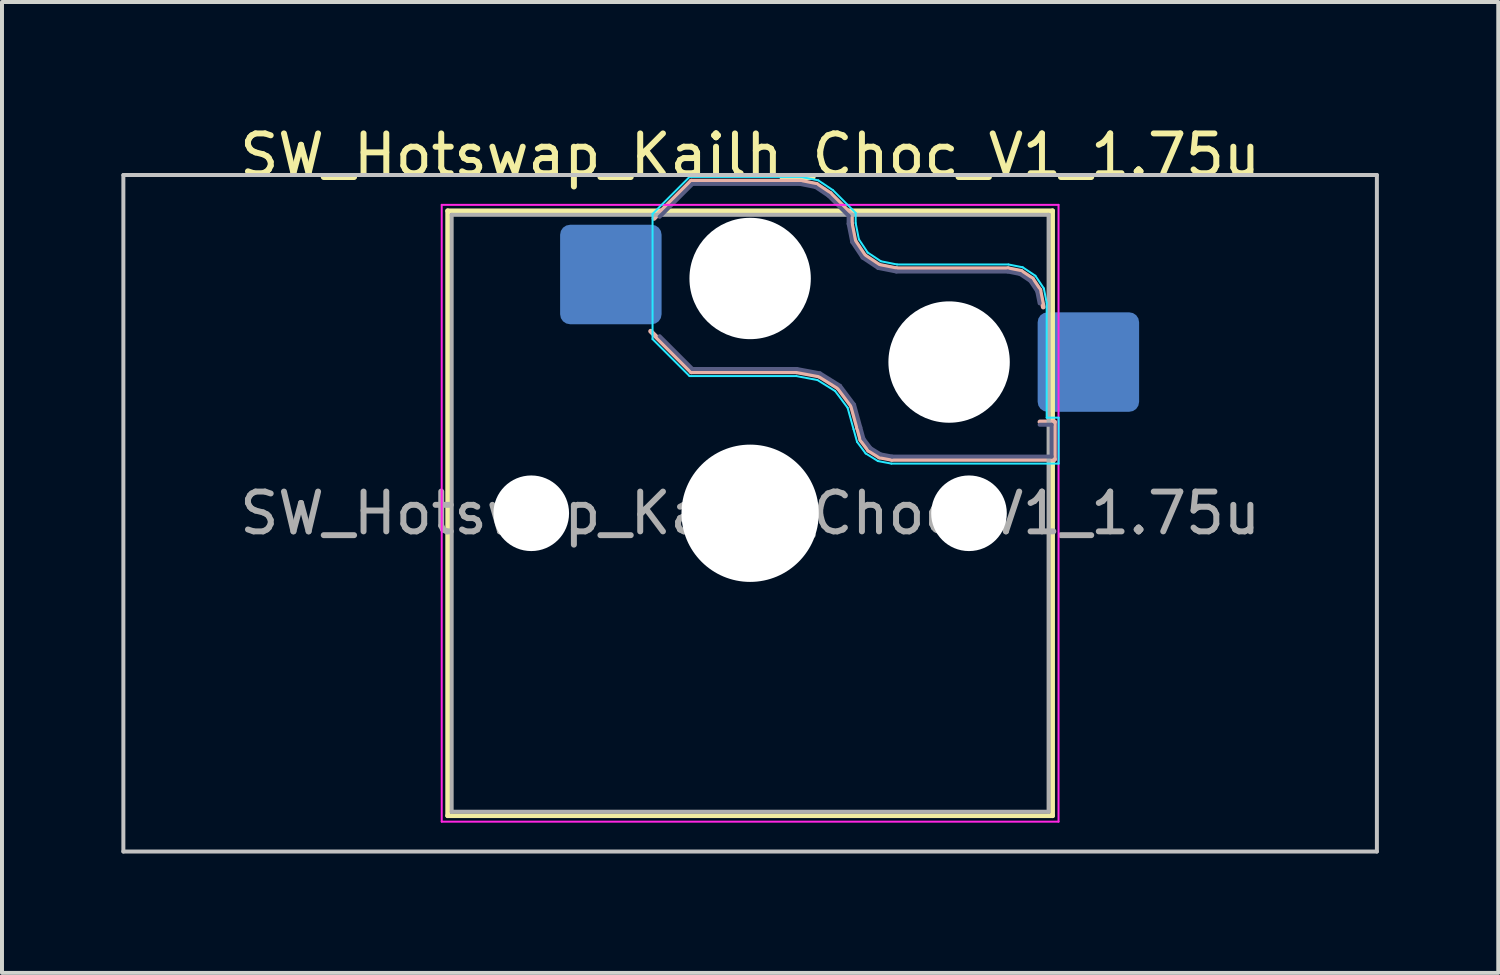
<source format=kicad_pcb>
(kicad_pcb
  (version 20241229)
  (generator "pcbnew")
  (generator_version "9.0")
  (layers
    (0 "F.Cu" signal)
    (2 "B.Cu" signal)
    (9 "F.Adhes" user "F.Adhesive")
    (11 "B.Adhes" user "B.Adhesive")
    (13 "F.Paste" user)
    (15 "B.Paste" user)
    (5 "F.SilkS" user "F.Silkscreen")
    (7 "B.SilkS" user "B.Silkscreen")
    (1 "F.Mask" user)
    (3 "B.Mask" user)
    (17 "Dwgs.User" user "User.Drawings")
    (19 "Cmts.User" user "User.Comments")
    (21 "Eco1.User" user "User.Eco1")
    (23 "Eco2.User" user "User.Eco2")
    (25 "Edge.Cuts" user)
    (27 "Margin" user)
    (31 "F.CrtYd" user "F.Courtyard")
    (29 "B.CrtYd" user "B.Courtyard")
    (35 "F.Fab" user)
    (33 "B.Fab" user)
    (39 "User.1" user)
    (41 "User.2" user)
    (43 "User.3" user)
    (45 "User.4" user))
  (footprint "SW_Hotswap_Kailh_Choc_V1_1.75u"
    (layer "F.Cu")
    (at 15.8 9.848)
    (property "Reference" "SW_Hotswap_Kailh_Choc_V1_1.75u" (at 0 -9 0) (layer "F.SilkS") (effects (font (size 1 1) (thickness 0.15))))
    (attr smd)
    (fp_line (start -7.6 -7.6) (end -7.6 7.6) (stroke (width 0.12) (type solid)) (layer "F.SilkS"))
    (fp_line (start -7.6 7.6) (end 7.6 7.6) (stroke (width 0.12) (type solid)) (layer "F.SilkS"))
    (fp_line (start 7.6 -7.6) (end -7.6 -7.6) (stroke (width 0.12) (type solid)) (layer "F.SilkS"))
    (fp_line (start 7.6 7.6) (end 7.6 -7.6) (stroke (width 0.12) (type solid)) (layer "F.SilkS"))
    (fp_line (start -2.416 -7.409) (end -1.479 -8.346) (stroke (width 0.12) (type solid)) (layer "B.SilkS"))
    (fp_line (start -1.479 -8.346) (end 1.268 -8.346) (stroke (width 0.12) (type solid)) (layer "B.SilkS"))
    (fp_line (start -1.479 -3.554) (end -2.5 -4.575) (stroke (width 0.12) (type solid)) (layer "B.SilkS"))
    (fp_line (start 1.168 -3.554) (end -1.479 -3.554) (stroke (width 0.12) (type solid)) (layer "B.SilkS"))
    (fp_line (start 1.268 -8.346) (end 1.671 -8.266) (stroke (width 0.12) (type solid)) (layer "B.SilkS"))
    (fp_line (start 1.671 -8.266) (end 2.013 -8.037) (stroke (width 0.12) (type solid)) (layer "B.SilkS"))
    (fp_line (start 1.73 -3.449) (end 1.168 -3.554) (stroke (width 0.12) (type solid)) (layer "B.SilkS"))
    (fp_line (start 2.013 -8.037) (end 2.546 -7.504) (stroke (width 0.12) (type solid)) (layer "B.SilkS"))
    (fp_line (start 2.209 -3.15) (end 1.73 -3.449) (stroke (width 0.12) (type solid)) (layer "B.SilkS"))
    (fp_line (start 2.546 -7.504) (end 2.546 -7.282) (stroke (width 0.12) (type solid)) (layer "B.SilkS"))
    (fp_line (start 2.546 -7.282) (end 2.633 -6.844) (stroke (width 0.12) (type solid)) (layer "B.SilkS"))
    (fp_line (start 2.547 -2.697) (end 2.209 -3.15) (stroke (width 0.12) (type solid)) (layer "B.SilkS"))
    (fp_line (start 2.633 -6.844) (end 2.877 -6.477) (stroke (width 0.12) (type solid)) (layer "B.SilkS"))
    (fp_line (start 2.701 -2.139) (end 2.547 -2.697) (stroke (width 0.12) (type solid)) (layer "B.SilkS"))
    (fp_line (start 2.783 -1.841) (end 2.701 -2.139) (stroke (width 0.12) (type solid)) (layer "B.SilkS"))
    (fp_line (start 2.877 -6.477) (end 3.244 -6.233) (stroke (width 0.12) (type solid)) (layer "B.SilkS"))
    (fp_line (start 2.976 -1.583) (end 2.783 -1.841) (stroke (width 0.12) (type solid)) (layer "B.SilkS"))
    (fp_line (start 3.244 -6.233) (end 3.682 -6.146) (stroke (width 0.12) (type solid)) (layer "B.SilkS"))
    (fp_line (start 3.25 -1.413) (end 2.976 -1.583) (stroke (width 0.12) (type solid)) (layer "B.SilkS"))
    (fp_line (start 3.56 -1.354) (end 3.25 -1.413) (stroke (width 0.12) (type solid)) (layer "B.SilkS"))
    (fp_line (start 3.682 -6.146) (end 6.482 -6.146) (stroke (width 0.12) (type solid)) (layer "B.SilkS"))
    (fp_line (start 6.482 -6.146) (end 6.809 -6.081) (stroke (width 0.12) (type solid)) (layer "B.SilkS"))
    (fp_line (start 6.809 -6.081) (end 7.092 -5.892) (stroke (width 0.12) (type solid)) (layer "B.SilkS"))
    (fp_line (start 7.092 -5.892) (end 7.281 -5.609) (stroke (width 0.12) (type solid)) (layer "B.SilkS"))
    (fp_line (start 7.281 -5.609) (end 7.366 -5.182) (stroke (width 0.12) (type solid)) (layer "B.SilkS"))
    (fp_line (start 7.283 -2.296) (end 7.646 -2.296) (stroke (width 0.12) (type solid)) (layer "B.SilkS"))
    (fp_line (start 7.646 -2.296) (end 7.646 -1.354) (stroke (width 0.12) (type solid)) (layer "B.SilkS"))
    (fp_line (start 7.646 -1.354) (end 3.56 -1.354) (stroke (width 0.12) (type solid)) (layer "B.SilkS"))
    (fp_line (start -15.75 -8.5) (end -15.75 8.5) (stroke (width 0.1) (type solid)) (layer "Dwgs.User"))
    (fp_line (start -15.75 8.5) (end 15.75 8.5) (stroke (width 0.1) (type solid)) (layer "Dwgs.User"))
    (fp_line (start 15.75 -8.5) (end -15.75 -8.5) (stroke (width 0.1) (type solid)) (layer "Dwgs.User"))
    (fp_line (start 15.75 8.5) (end 15.75 -8.5) (stroke (width 0.1) (type solid)) (layer "Dwgs.User"))
    (fp_line (start -7.25 -7.25) (end -7.25 7.25) (stroke (width 0.1) (type solid)) (layer "Eco1.User"))
    (fp_line (start -7.25 7.25) (end 7.25 7.25) (stroke (width 0.1) (type solid)) (layer "Eco1.User"))
    (fp_line (start 7.25 -7.25) (end -7.25 -7.25) (stroke (width 0.1) (type solid)) (layer "Eco1.User"))
    (fp_line (start 7.25 7.25) (end 7.25 -7.25) (stroke (width 0.1) (type solid)) (layer "Eco1.User"))
    (fp_line (start -2.452 -7.523) (end -1.523 -8.452) (stroke (width 0.05) (type solid)) (layer "B.CrtYd"))
    (fp_line (start -2.452 -4.377) (end -2.452 -7.523) (stroke (width 0.05) (type solid)) (layer "B.CrtYd"))
    (fp_line (start -1.523 -8.452) (end 1.278 -8.452) (stroke (width 0.05) (type solid)) (layer "B.CrtYd"))
    (fp_line (start -1.523 -3.448) (end -2.452 -4.377) (stroke (width 0.05) (type solid)) (layer "B.CrtYd"))
    (fp_line (start 1.159 -3.448) (end -1.523 -3.448) (stroke (width 0.05) (type solid)) (layer "B.CrtYd"))
    (fp_line (start 1.278 -8.452) (end 1.712 -8.366) (stroke (width 0.05) (type solid)) (layer "B.CrtYd"))
    (fp_line (start 1.691 -3.348) (end 1.159 -3.448) (stroke (width 0.05) (type solid)) (layer "B.CrtYd"))
    (fp_line (start 1.712 -8.366) (end 2.081 -8.119) (stroke (width 0.05) (type solid)) (layer "B.CrtYd"))
    (fp_line (start 2.081 -8.119) (end 2.652 -7.548) (stroke (width 0.05) (type solid)) (layer "B.CrtYd"))
    (fp_line (start 2.136 -3.071) (end 1.691 -3.348) (stroke (width 0.05) (type solid)) (layer "B.CrtYd"))
    (fp_line (start 2.45 -2.65) (end 2.136 -3.071) (stroke (width 0.05) (type solid)) (layer "B.CrtYd"))
    (fp_line (start 2.599 -2.111) (end 2.45 -2.65) (stroke (width 0.05) (type solid)) (layer "B.CrtYd"))
    (fp_line (start 2.652 -7.548) (end 2.652 -7.292) (stroke (width 0.05) (type solid)) (layer "B.CrtYd"))
    (fp_line (start 2.652 -7.292) (end 2.733 -6.885) (stroke (width 0.05) (type solid)) (layer "B.CrtYd"))
    (fp_line (start 2.687 -1.794) (end 2.599 -2.111) (stroke (width 0.05) (type solid)) (layer "B.CrtYd"))
    (fp_line (start 2.733 -6.885) (end 2.953 -6.553) (stroke (width 0.05) (type solid)) (layer "B.CrtYd"))
    (fp_line (start 2.903 -1.503) (end 2.687 -1.794) (stroke (width 0.05) (type solid)) (layer "B.CrtYd"))
    (fp_line (start 2.953 -6.553) (end 3.285 -6.333) (stroke (width 0.05) (type solid)) (layer "B.CrtYd"))
    (fp_line (start 3.211 -1.312) (end 2.903 -1.503) (stroke (width 0.05) (type solid)) (layer "B.CrtYd"))
    (fp_line (start 3.285 -6.333) (end 3.692 -6.252) (stroke (width 0.05) (type solid)) (layer "B.CrtYd"))
    (fp_line (start 3.55 -1.248) (end 3.211 -1.312) (stroke (width 0.05) (type solid)) (layer "B.CrtYd"))
    (fp_line (start 3.692 -6.252) (end 6.492 -6.252) (stroke (width 0.05) (type solid)) (layer "B.CrtYd"))
    (fp_line (start 6.492 -6.252) (end 6.85 -6.181) (stroke (width 0.05) (type solid)) (layer "B.CrtYd"))
    (fp_line (start 6.85 -6.181) (end 7.168 -5.968) (stroke (width 0.05) (type solid)) (layer "B.CrtYd"))
    (fp_line (start 7.168 -5.968) (end 7.381 -5.65) (stroke (width 0.05) (type solid)) (layer "B.CrtYd"))
    (fp_line (start 7.381 -5.65) (end 7.452 -5.292) (stroke (width 0.05) (type solid)) (layer "B.CrtYd"))
    (fp_line (start 7.452 -5.292) (end 7.452 -2.402) (stroke (width 0.05) (type solid)) (layer "B.CrtYd"))
    (fp_line (start 7.452 -2.402) (end 7.752 -2.402) (stroke (width 0.05) (type solid)) (layer "B.CrtYd"))
    (fp_line (start 7.752 -2.402) (end 7.752 -1.248) (stroke (width 0.05) (type solid)) (layer "B.CrtYd"))
    (fp_line (start 7.752 -1.248) (end 3.55 -1.248) (stroke (width 0.05) (type solid)) (layer "B.CrtYd"))
    (fp_line (start -7.75 -7.75) (end -7.75 7.75) (stroke (width 0.05) (type solid)) (layer "F.CrtYd"))
    (fp_line (start -7.75 7.75) (end 7.75 7.75) (stroke (width 0.05) (type solid)) (layer "F.CrtYd"))
    (fp_line (start 7.75 -7.75) (end -7.75 -7.75) (stroke (width 0.05) (type solid)) (layer "F.CrtYd"))
    (fp_line (start 7.75 7.75) (end 7.75 -7.75) (stroke (width 0.05) (type solid)) (layer "F.CrtYd"))
    (fp_line (start -2.275 -7.45) (end -1.45 -8.275) (stroke (width 0.1) (type solid)) (layer "B.Fab"))
    (fp_line (start -1.45 -8.275) (end 1.261 -8.275) (stroke (width 0.1) (type solid)) (layer "B.Fab"))
    (fp_line (start -1.45 -3.625) (end -2.275 -4.45) (stroke (width 0.1) (type solid)) (layer "B.Fab"))
    (fp_line (start 1.175 -3.625) (end -1.45 -3.625) (stroke (width 0.1) (type solid)) (layer "B.Fab"))
    (fp_line (start 1.261 -8.275) (end 1.643 -8.199) (stroke (width 0.1) (type solid)) (layer "B.Fab"))
    (fp_line (start 1.643 -8.199) (end 1.968 -7.982) (stroke (width 0.1) (type solid)) (layer "B.Fab"))
    (fp_line (start 1.756 -3.516) (end 1.175 -3.625) (stroke (width 0.1) (type solid)) (layer "B.Fab"))
    (fp_line (start 1.968 -7.982) (end 2.475 -7.475) (stroke (width 0.1) (type solid)) (layer "B.Fab"))
    (fp_line (start 2.258 -3.203) (end 1.756 -3.516) (stroke (width 0.1) (type solid)) (layer "B.Fab"))
    (fp_line (start 2.475 -7.475) (end 2.475 -7.275) (stroke (width 0.1) (type solid)) (layer "B.Fab"))
    (fp_line (start 2.475 -7.275) (end 2.566 -6.816) (stroke (width 0.1) (type solid)) (layer "B.Fab"))
    (fp_line (start 2.566 -6.816) (end 2.826 -6.426) (stroke (width 0.1) (type solid)) (layer "B.Fab"))
    (fp_line (start 2.612 -2.729) (end 2.258 -3.203) (stroke (width 0.1) (type solid)) (layer "B.Fab"))
    (fp_line (start 2.769 -2.158) (end 2.612 -2.729) (stroke (width 0.1) (type solid)) (layer "B.Fab"))
    (fp_line (start 2.826 -6.426) (end 3.216 -6.166) (stroke (width 0.1) (type solid)) (layer "B.Fab"))
    (fp_line (start 2.848 -1.873) (end 2.769 -2.158) (stroke (width 0.1) (type solid)) (layer "B.Fab"))
    (fp_line (start 3.025 -1.636) (end 2.848 -1.873) (stroke (width 0.1) (type solid)) (layer "B.Fab"))
    (fp_line (start 3.216 -6.166) (end 3.675 -6.075) (stroke (width 0.1) (type solid)) (layer "B.Fab"))
    (fp_line (start 3.276 -1.48) (end 3.025 -1.636) (stroke (width 0.1) (type solid)) (layer "B.Fab"))
    (fp_line (start 3.567 -1.425) (end 3.276 -1.48) (stroke (width 0.1) (type solid)) (layer "B.Fab"))
    (fp_line (start 3.675 -6.075) (end 6.475 -6.075) (stroke (width 0.1) (type solid)) (layer "B.Fab"))
    (fp_line (start 6.475 -6.075) (end 6.781 -6.014) (stroke (width 0.1) (type solid)) (layer "B.Fab"))
    (fp_line (start 6.781 -6.014) (end 7.041 -5.841) (stroke (width 0.1) (type solid)) (layer "B.Fab"))
    (fp_line (start 7.041 -5.841) (end 7.214 -5.581) (stroke (width 0.1) (type solid)) (layer "B.Fab"))
    (fp_line (start 7.214 -5.581) (end 7.275 -5.275) (stroke (width 0.1) (type solid)) (layer "B.Fab"))
    (fp_line (start 7.275 -2.225) (end 7.575 -2.225) (stroke (width 0.1) (type solid)) (layer "B.Fab"))
    (fp_line (start 7.575 -2.225) (end 7.575 -1.425) (stroke (width 0.1) (type solid)) (layer "B.Fab"))
    (fp_line (start 7.575 -1.425) (end 3.567 -1.425) (stroke (width 0.1) (type solid)) (layer "B.Fab"))
    (fp_line (start -7.5 -7.5) (end -7.5 7.5) (stroke (width 0.1) (type solid)) (layer "F.Fab"))
    (fp_line (start -7.5 7.5) (end 7.5 7.5) (stroke (width 0.1) (type solid)) (layer "F.Fab"))
    (fp_line (start 7.5 -7.5) (end -7.5 -7.5) (stroke (width 0.1) (type solid)) (layer "F.Fab"))
    (fp_line (start 7.5 7.5) (end 7.5 -7.5) (stroke (width 0.1) (type solid)) (layer "F.Fab"))
    (fp_text user "${REFERENCE}" (at 0 0 0) (layer "F.Fab") (effects (font (size 1 1) (thickness 0.15))))
    (pad "" np_thru_hole circle (at -5.5 0) (size 1.9 1.9) (drill 1.9) (layers "*.Cu" "*.Mask"))
    (pad "" np_thru_hole circle (at 0 -5.9) (size 3.05 3.05) (drill 3.05) (layers "*.Cu" "*.Mask"))
    (pad "" np_thru_hole circle (at 0 0) (size 3.45 3.45) (drill 3.45) (layers "*.Cu" "*.Mask"))
    (pad "" np_thru_hole circle (at 5 -3.8) (size 3.05 3.05) (drill 3.05) (layers "*.Cu" "*.Mask"))
    (pad "" np_thru_hole circle (at 5.5 0) (size 1.9 1.9) (drill 1.9) (layers "*.Cu" "*.Mask"))
    (pad "1" smd roundrect (at -3.5 -6) (size 2.55 2.5) (layers "B.Cu" "B.Mask" "B.Paste") (roundrect_rratio 0.1))
    (pad "2" smd roundrect (at 8.5 -3.8) (size 2.55 2.5) (layers "B.Cu" "B.Mask" "B.Paste") (roundrect_rratio 0.1)))
  (gr_rect
    (start -3 -3)
    (end 34.6 21.398)
    (stroke (width 0.1) (type default))
    (fill no)
    (layer "Edge.Cuts")))
</source>
